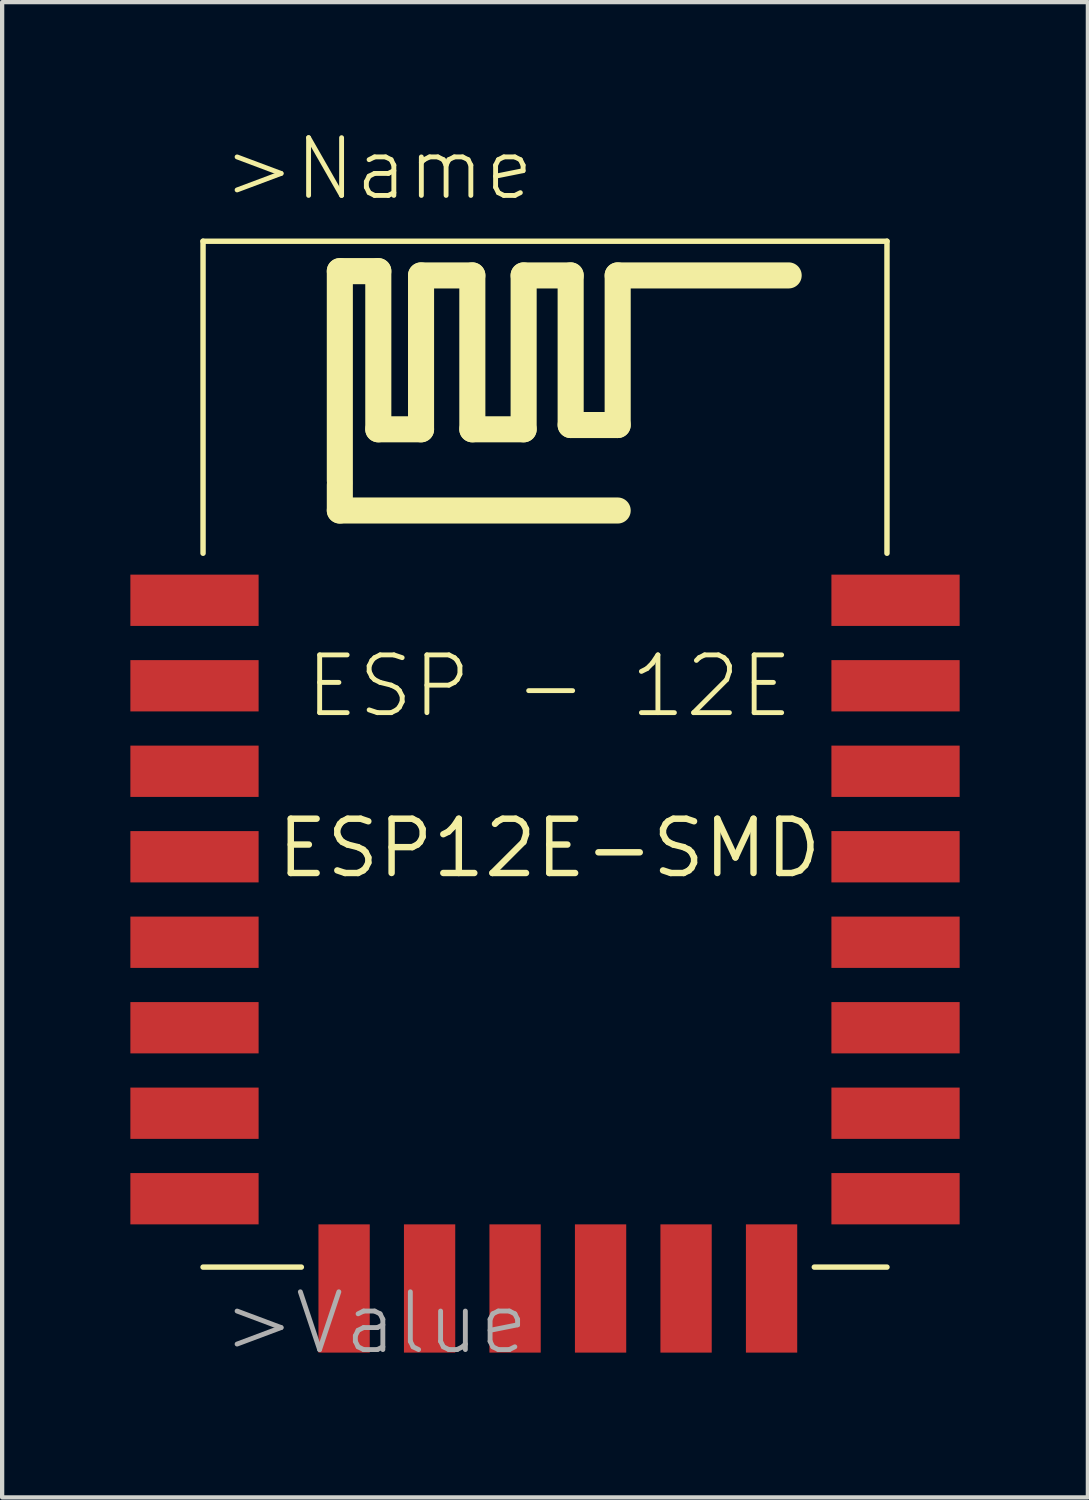
<source format=kicad_pcb>
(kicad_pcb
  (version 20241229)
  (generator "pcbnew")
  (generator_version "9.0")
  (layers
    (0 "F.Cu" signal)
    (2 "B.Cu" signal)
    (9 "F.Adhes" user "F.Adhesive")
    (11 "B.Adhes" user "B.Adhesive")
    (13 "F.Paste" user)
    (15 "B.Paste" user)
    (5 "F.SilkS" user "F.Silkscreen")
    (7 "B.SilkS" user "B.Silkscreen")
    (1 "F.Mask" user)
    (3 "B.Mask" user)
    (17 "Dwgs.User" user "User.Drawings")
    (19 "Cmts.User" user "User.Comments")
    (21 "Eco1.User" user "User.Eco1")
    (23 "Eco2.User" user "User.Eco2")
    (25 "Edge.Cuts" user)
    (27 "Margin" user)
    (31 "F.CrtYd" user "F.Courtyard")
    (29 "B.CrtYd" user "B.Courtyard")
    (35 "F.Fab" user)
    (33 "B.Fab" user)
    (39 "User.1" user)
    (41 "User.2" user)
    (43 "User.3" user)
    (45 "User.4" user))
  (footprint "ESP12E-SMD"
    (layer "F.Cu")
    (at 9.8 16.793)
    (property "Reference" "ESP12E-SMD" (at 0 0 0) (layer "F.SilkS") (effects (font (size 1.27 1.27) (thickness 0.15))))
    (attr through_hole)
    (fp_line (start -8.1 -14.2) (end 7.9 -14.2) (stroke (width 0.127) (type solid)) (layer "F.SilkS"))
    (fp_line (start -8.1 -6.9) (end -8.1 -14.2) (stroke (width 0.127) (type solid)) (layer "F.SilkS"))
    (fp_line (start -5.8 9.8) (end -8.1 9.8) (stroke (width 0.127) (type solid)) (layer "F.SilkS"))
    (fp_line (start -4.9 -13.5) (end -4 -13.5) (stroke (width 0.61) (type solid)) (layer "F.SilkS"))
    (fp_line (start -4.9 -8.6) (end -4.9 -13.5) (stroke (width 0.61) (type solid)) (layer "F.SilkS"))
    (fp_line (start -4.9 -8.5) (end -4.9 -7.9) (stroke (width 0.61) (type solid)) (layer "F.SilkS"))
    (fp_line (start -4.9 -7.9) (end 1.6 -7.9) (stroke (width 0.61) (type solid)) (layer "F.SilkS"))
    (fp_line (start -4 -13.5) (end -4 -9.8) (stroke (width 0.61) (type solid)) (layer "F.SilkS"))
    (fp_line (start -4 -9.8) (end -3 -9.8) (stroke (width 0.61) (type solid)) (layer "F.SilkS"))
    (fp_line (start -3 -13.4) (end -1.8 -13.4) (stroke (width 0.61) (type solid)) (layer "F.SilkS"))
    (fp_line (start -3 -9.8) (end -3 -13.4) (stroke (width 0.61) (type solid)) (layer "F.SilkS"))
    (fp_line (start -1.8 -13.4) (end -1.8 -9.8) (stroke (width 0.61) (type solid)) (layer "F.SilkS"))
    (fp_line (start -1.8 -9.8) (end -0.6 -9.8) (stroke (width 0.61) (type solid)) (layer "F.SilkS"))
    (fp_line (start -0.6 -13.4) (end 0.5 -13.4) (stroke (width 0.61) (type solid)) (layer "F.SilkS"))
    (fp_line (start -0.6 -9.8) (end -0.6 -13.4) (stroke (width 0.61) (type solid)) (layer "F.SilkS"))
    (fp_line (start 0.5 -13.4) (end 0.5 -9.9) (stroke (width 0.61) (type solid)) (layer "F.SilkS"))
    (fp_line (start 0.5 -9.9) (end 1.6 -9.9) (stroke (width 0.61) (type solid)) (layer "F.SilkS"))
    (fp_line (start 1.6 -13.4) (end 5.6 -13.4) (stroke (width 0.61) (type solid)) (layer "F.SilkS"))
    (fp_line (start 1.6 -9.9) (end 1.6 -13.4) (stroke (width 0.61) (type solid)) (layer "F.SilkS"))
    (fp_line (start 7.9 -14.2) (end 7.9 -6.9) (stroke (width 0.127) (type solid)) (layer "F.SilkS"))
    (fp_line (start 7.9 9.8) (end 6.2 9.8) (stroke (width 0.127) (type solid)) (layer "F.SilkS"))
    (fp_text user ">Name" (at -7.7 -15.1 0) (layer "F.SilkS") (effects (font (size 1.351 1.351) (thickness 0.114)) (justify left bottom)))
    (fp_text user "ESP - 12E" (at 0 -3 0) (layer "F.SilkS") (effects (font (size 1.351 1.351) (thickness 0.114)) (justify bottom)))
    (fp_text user ">Value" (at -7.7 11.9 0) (layer "F.Fab") (effects (font (size 1.351 1.351) (thickness 0.114)) (justify left bottom)))
    (pad "ADC" smd rect (at -8.3 -3.8) (size 3 1.2) (layers "F.Cu" "F.Mask" "F.Paste"))
    (pad "CH_PD" smd rect (at -8.3 -1.8) (size 3 1.2) (layers "F.Cu" "F.Mask" "F.Paste"))
    (pad "CS0" smd rect (at -4.8 10.3 90) (size 3 1.2) (layers "F.Cu" "F.Mask" "F.Paste"))
    (pad "GND" smd rect (at 8.1 8.2) (size 3 1.2) (layers "F.Cu" "F.Mask" "F.Paste"))
    (pad "GPIO0" smd rect (at 8.1 2.2) (size 3 1.2) (layers "F.Cu" "F.Mask" "F.Paste"))
    (pad "GPIO2" smd rect (at 8.1 4.2) (size 3 1.2) (layers "F.Cu" "F.Mask" "F.Paste"))
    (pad "GPIO4" smd rect (at 8.1 0.2) (size 3 1.2) (layers "F.Cu" "F.Mask" "F.Paste"))
    (pad "GPIO5" smd rect (at 8.1 -1.8) (size 3 1.2) (layers "F.Cu" "F.Mask" "F.Paste"))
    (pad "GPIO9" smd rect (at -0.8 10.3 90) (size 3 1.2) (layers "F.Cu" "F.Mask" "F.Paste"))
    (pad "GPIO10" smd rect (at 1.2 10.3 90) (size 3 1.2) (layers "F.Cu" "F.Mask" "F.Paste"))
    (pad "GPIO12" smd rect (at -8.3 4.2) (size 3 1.2) (layers "F.Cu" "F.Mask" "F.Paste"))
    (pad "GPIO13" smd rect (at -8.3 6.2) (size 3 1.2) (layers "F.Cu" "F.Mask" "F.Paste"))
    (pad "GPIO14" smd rect (at -8.3 2.2) (size 3 1.2) (layers "F.Cu" "F.Mask" "F.Paste"))
    (pad "GPIO15" smd rect (at 8.1 6.2) (size 3 1.2) (layers "F.Cu" "F.Mask" "F.Paste"))
    (pad "GPIO16" smd rect (at -8.3 0.2) (size 3 1.2) (layers "F.Cu" "F.Mask" "F.Paste"))
    (pad "MISO" smd rect (at -2.8 10.3 90) (size 3 1.2) (layers "F.Cu" "F.Mask" "F.Paste"))
    (pad "MOSI" smd rect (at 3.2 10.3 90) (size 3 1.2) (layers "F.Cu" "F.Mask" "F.Paste"))
    (pad "RESET" smd rect (at -8.3 -5.8) (size 3 1.2) (layers "F.Cu" "F.Mask" "F.Paste"))
    (pad "RXD0" smd rect (at 8.1 -3.8) (size 3 1.2) (layers "F.Cu" "F.Mask" "F.Paste"))
    (pad "SCLK" smd rect (at 5.2 10.3 90) (size 3 1.2) (layers "F.Cu" "F.Mask" "F.Paste"))
    (pad "TXD0" smd rect (at 8.1 -5.8) (size 3 1.2) (layers "F.Cu" "F.Mask" "F.Paste"))
    (pad "VCC" smd rect (at -8.3 8.2) (size 3 1.2) (layers "F.Cu" "F.Mask" "F.Paste")))
  (gr_rect
    (start -3 -3)
    (end 22.4 31.98)
    (stroke (width 0.1) (type default))
    (fill no)
    (layer "Edge.Cuts")))
</source>
